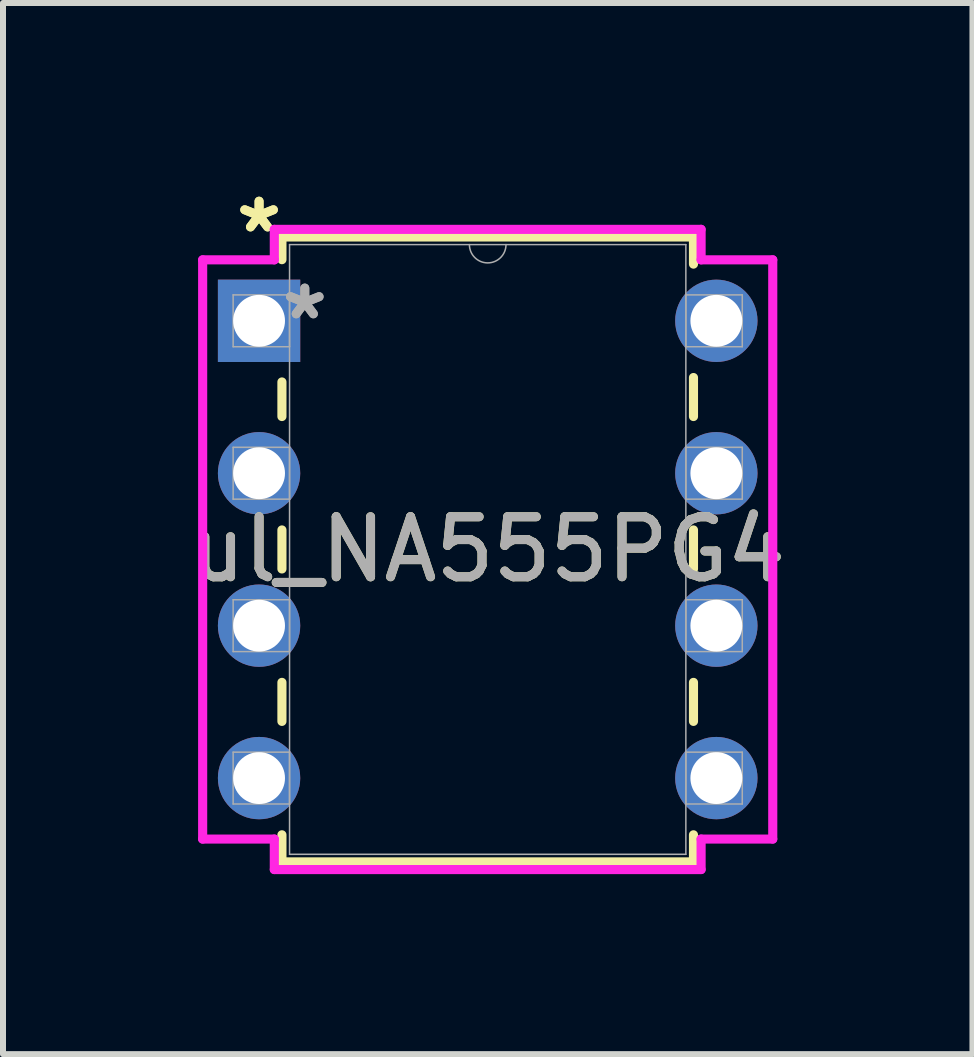
<source format=kicad_pcb>
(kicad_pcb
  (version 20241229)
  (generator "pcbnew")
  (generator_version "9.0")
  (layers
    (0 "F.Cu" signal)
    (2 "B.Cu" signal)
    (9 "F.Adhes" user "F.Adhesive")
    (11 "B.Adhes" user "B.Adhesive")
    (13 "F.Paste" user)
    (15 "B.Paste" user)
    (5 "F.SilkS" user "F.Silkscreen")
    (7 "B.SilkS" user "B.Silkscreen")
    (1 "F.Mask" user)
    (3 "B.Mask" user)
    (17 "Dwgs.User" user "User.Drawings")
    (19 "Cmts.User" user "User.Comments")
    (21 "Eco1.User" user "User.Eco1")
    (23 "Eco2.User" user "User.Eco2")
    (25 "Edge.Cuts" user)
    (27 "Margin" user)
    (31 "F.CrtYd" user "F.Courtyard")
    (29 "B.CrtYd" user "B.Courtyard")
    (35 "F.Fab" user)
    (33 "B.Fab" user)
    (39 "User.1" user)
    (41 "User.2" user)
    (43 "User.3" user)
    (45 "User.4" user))
  (footprint "ul_NA555PG4"
    (layer "F.Cu")
    (at 1.267 2.296)
    (property "Reference" "ul_NA555PG4" (at 3.81 3.81 0) (unlocked yes) (layer "F.SilkS") (effects (font (size 1 1) (thickness 0.15))))
    (attr through_hole)
    (fp_line (start 0.381 -1.397) (end 0.381 -1.019) (stroke (width 0.152) (type solid)) (layer "F.SilkS"))
    (fp_line (start 0.381 1.019) (end 0.381 1.595) (stroke (width 0.152) (type solid)) (layer "F.SilkS"))
    (fp_line (start 0.381 3.485) (end 0.381 4.135) (stroke (width 0.152) (type solid)) (layer "F.SilkS"))
    (fp_line (start 0.381 6.025) (end 0.381 6.675) (stroke (width 0.152) (type solid)) (layer "F.SilkS"))
    (fp_line (start 0.381 8.565) (end 0.381 9.017) (stroke (width 0.152) (type solid)) (layer "F.SilkS"))
    (fp_line (start 0.381 9.017) (end 7.239 9.017) (stroke (width 0.152) (type solid)) (layer "F.SilkS"))
    (fp_line (start 7.239 -1.397) (end 0.381 -1.397) (stroke (width 0.152) (type solid)) (layer "F.SilkS"))
    (fp_line (start 7.239 -0.945) (end 7.239 -1.397) (stroke (width 0.152) (type solid)) (layer "F.SilkS"))
    (fp_line (start 7.239 1.595) (end 7.239 0.945) (stroke (width 0.152) (type solid)) (layer "F.SilkS"))
    (fp_line (start 7.239 4.135) (end 7.239 3.485) (stroke (width 0.152) (type solid)) (layer "F.SilkS"))
    (fp_line (start 7.239 6.675) (end 7.239 6.025) (stroke (width 0.152) (type solid)) (layer "F.SilkS"))
    (fp_line (start 7.239 9.017) (end 7.239 8.565) (stroke (width 0.152) (type solid)) (layer "F.SilkS"))
    (fp_line (start -0.94 -1.016) (end 0.254 -1.016) (stroke (width 0.152) (type solid)) (layer "F.CrtYd"))
    (fp_line (start -0.94 8.636) (end -0.94 -1.016) (stroke (width 0.152) (type solid)) (layer "F.CrtYd"))
    (fp_line (start 0.254 -1.524) (end 7.366 -1.524) (stroke (width 0.152) (type solid)) (layer "F.CrtYd"))
    (fp_line (start 0.254 -1.016) (end 0.254 -1.524) (stroke (width 0.152) (type solid)) (layer "F.CrtYd"))
    (fp_line (start 0.254 8.636) (end -0.94 8.636) (stroke (width 0.152) (type solid)) (layer "F.CrtYd"))
    (fp_line (start 0.254 9.144) (end 0.254 8.636) (stroke (width 0.152) (type solid)) (layer "F.CrtYd"))
    (fp_line (start 7.366 -1.524) (end 7.366 -1.016) (stroke (width 0.152) (type solid)) (layer "F.CrtYd"))
    (fp_line (start 7.366 8.636) (end 7.366 9.144) (stroke (width 0.152) (type solid)) (layer "F.CrtYd"))
    (fp_line (start 7.366 9.144) (end 0.254 9.144) (stroke (width 0.152) (type solid)) (layer "F.CrtYd"))
    (fp_line (start 8.56 -1.016) (end 7.366 -1.016) (stroke (width 0.152) (type solid)) (layer "F.CrtYd"))
    (fp_line (start 8.56 -1.016) (end 8.56 8.636) (stroke (width 0.152) (type solid)) (layer "F.CrtYd"))
    (fp_line (start 8.56 8.636) (end 7.366 8.636) (stroke (width 0.152) (type solid)) (layer "F.CrtYd"))
    (fp_line (start -0.432 -0.432) (end -0.432 0.432) (stroke (width 0.025) (type solid)) (layer "F.Fab"))
    (fp_line (start -0.432 0.432) (end 0.508 0.432) (stroke (width 0.025) (type solid)) (layer "F.Fab"))
    (fp_line (start -0.432 2.108) (end -0.432 2.972) (stroke (width 0.025) (type solid)) (layer "F.Fab"))
    (fp_line (start -0.432 2.972) (end 0.508 2.972) (stroke (width 0.025) (type solid)) (layer "F.Fab"))
    (fp_line (start -0.432 4.648) (end -0.432 5.512) (stroke (width 0.025) (type solid)) (layer "F.Fab"))
    (fp_line (start -0.432 5.512) (end 0.508 5.512) (stroke (width 0.025) (type solid)) (layer "F.Fab"))
    (fp_line (start -0.432 7.188) (end -0.432 8.052) (stroke (width 0.025) (type solid)) (layer "F.Fab"))
    (fp_line (start -0.432 8.052) (end 0.508 8.052) (stroke (width 0.025) (type solid)) (layer "F.Fab"))
    (fp_line (start 0.508 -1.27) (end 0.508 8.89) (stroke (width 0.025) (type solid)) (layer "F.Fab"))
    (fp_line (start 0.508 -0.432) (end -0.432 -0.432) (stroke (width 0.025) (type solid)) (layer "F.Fab"))
    (fp_line (start 0.508 0.432) (end 0.508 -0.432) (stroke (width 0.025) (type solid)) (layer "F.Fab"))
    (fp_line (start 0.508 2.108) (end -0.432 2.108) (stroke (width 0.025) (type solid)) (layer "F.Fab"))
    (fp_line (start 0.508 2.972) (end 0.508 2.108) (stroke (width 0.025) (type solid)) (layer "F.Fab"))
    (fp_line (start 0.508 4.648) (end -0.432 4.648) (stroke (width 0.025) (type solid)) (layer "F.Fab"))
    (fp_line (start 0.508 5.512) (end 0.508 4.648) (stroke (width 0.025) (type solid)) (layer "F.Fab"))
    (fp_line (start 0.508 7.188) (end -0.432 7.188) (stroke (width 0.025) (type solid)) (layer "F.Fab"))
    (fp_line (start 0.508 8.052) (end 0.508 7.188) (stroke (width 0.025) (type solid)) (layer "F.Fab"))
    (fp_line (start 0.508 8.89) (end 7.112 8.89) (stroke (width 0.025) (type solid)) (layer "F.Fab"))
    (fp_line (start 7.112 -1.27) (end 0.508 -1.27) (stroke (width 0.025) (type solid)) (layer "F.Fab"))
    (fp_line (start 7.112 -0.432) (end 7.112 0.432) (stroke (width 0.025) (type solid)) (layer "F.Fab"))
    (fp_line (start 7.112 0.432) (end 8.052 0.432) (stroke (width 0.025) (type solid)) (layer "F.Fab"))
    (fp_line (start 7.112 2.108) (end 7.112 2.972) (stroke (width 0.025) (type solid)) (layer "F.Fab"))
    (fp_line (start 7.112 2.972) (end 8.052 2.972) (stroke (width 0.025) (type solid)) (layer "F.Fab"))
    (fp_line (start 7.112 4.648) (end 7.112 5.512) (stroke (width 0.025) (type solid)) (layer "F.Fab"))
    (fp_line (start 7.112 5.512) (end 8.052 5.512) (stroke (width 0.025) (type solid)) (layer "F.Fab"))
    (fp_line (start 7.112 7.188) (end 7.112 8.052) (stroke (width 0.025) (type solid)) (layer "F.Fab"))
    (fp_line (start 7.112 8.052) (end 8.052 8.052) (stroke (width 0.025) (type solid)) (layer "F.Fab"))
    (fp_line (start 7.112 8.89) (end 7.112 -1.27) (stroke (width 0.025) (type solid)) (layer "F.Fab"))
    (fp_line (start 8.052 -0.432) (end 7.112 -0.432) (stroke (width 0.025) (type solid)) (layer "F.Fab"))
    (fp_line (start 8.052 0.432) (end 8.052 -0.432) (stroke (width 0.025) (type solid)) (layer "F.Fab"))
    (fp_line (start 8.052 2.108) (end 7.112 2.108) (stroke (width 0.025) (type solid)) (layer "F.Fab"))
    (fp_line (start 8.052 2.972) (end 8.052 2.108) (stroke (width 0.025) (type solid)) (layer "F.Fab"))
    (fp_line (start 8.052 4.648) (end 7.112 4.648) (stroke (width 0.025) (type solid)) (layer "F.Fab"))
    (fp_line (start 8.052 5.512) (end 8.052 4.648) (stroke (width 0.025) (type solid)) (layer "F.Fab"))
    (fp_line (start 8.052 7.188) (end 7.112 7.188) (stroke (width 0.025) (type solid)) (layer "F.Fab"))
    (fp_line (start 8.052 8.052) (end 8.052 7.188) (stroke (width 0.025) (type solid)) (layer "F.Fab"))
    (fp_arc (start 4.1148 -1.27) (mid 3.81 -0.9652) (end 3.5052 -1.27) (stroke (width 0.0254) (type solid)) (layer "F.Fab"))
    (fp_text user "*" (at 0 -1.448 0) (layer "F.SilkS") (effects (font (size 1 1) (thickness 0.15))))
    (fp_text user "*" (at 0 -1.448 0) (unlocked yes) (layer "F.SilkS") (effects (font (size 1 1) (thickness 0.15))))
    (fp_text user "*" (at 0.762 0 0) (layer "F.Fab") (effects (font (size 1 1) (thickness 0.15))))
    (fp_text user "${REFERENCE}" (at 3.81 3.81 0) (unlocked yes) (layer "F.Fab") (effects (font (size 1 1) (thickness 0.15))))
    (fp_text user "*" (at 0.762 0 0) (unlocked yes) (layer "F.Fab") (effects (font (size 1 1) (thickness 0.15))))
    (pad "1" thru_hole rect (at 0 0) (size 1.372 1.372) (drill 0.864) (layers "*.Cu" "*.Mask"))
    (pad "2" thru_hole circle (at 0 2.54) (size 1.372 1.372) (drill 0.864) (layers "*.Cu" "*.Mask"))
    (pad "3" thru_hole circle (at 0 5.08) (size 1.372 1.372) (drill 0.864) (layers "*.Cu" "*.Mask"))
    (pad "4" thru_hole circle (at 0 7.62) (size 1.372 1.372) (drill 0.864) (layers "*.Cu" "*.Mask"))
    (pad "5" thru_hole circle (at 7.62 7.62) (size 1.372 1.372) (drill 0.864) (layers "*.Cu" "*.Mask"))
    (pad "6" thru_hole circle (at 7.62 5.08) (size 1.372 1.372) (drill 0.864) (layers "*.Cu" "*.Mask"))
    (pad "7" thru_hole circle (at 7.62 2.54) (size 1.372 1.372) (drill 0.864) (layers "*.Cu" "*.Mask"))
    (pad "8" thru_hole circle (at 7.62 0) (size 1.372 1.372) (drill 0.864) (layers "*.Cu" "*.Mask")))
  (gr_rect
    (start -3 -3)
    (end 13.155 14.516)
    (stroke (width 0.1) (type default))
    (fill no)
    (layer "Edge.Cuts")))
</source>
